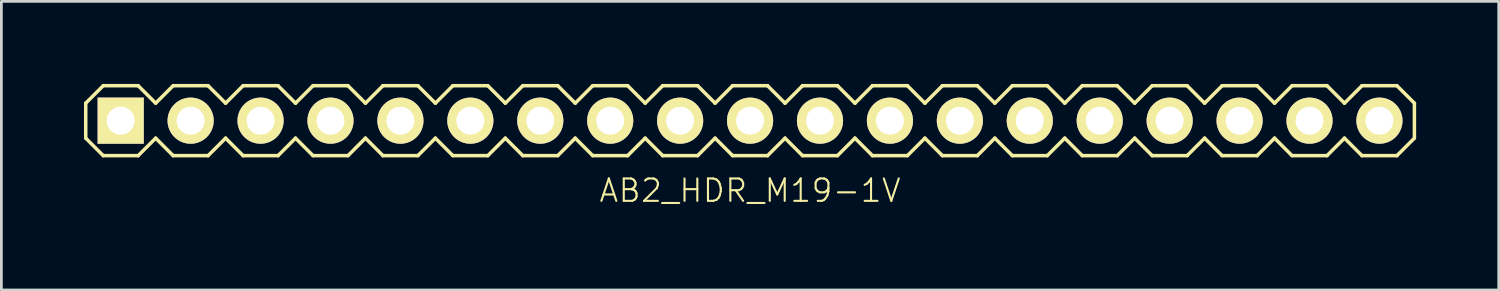
<source format=kicad_pcb>
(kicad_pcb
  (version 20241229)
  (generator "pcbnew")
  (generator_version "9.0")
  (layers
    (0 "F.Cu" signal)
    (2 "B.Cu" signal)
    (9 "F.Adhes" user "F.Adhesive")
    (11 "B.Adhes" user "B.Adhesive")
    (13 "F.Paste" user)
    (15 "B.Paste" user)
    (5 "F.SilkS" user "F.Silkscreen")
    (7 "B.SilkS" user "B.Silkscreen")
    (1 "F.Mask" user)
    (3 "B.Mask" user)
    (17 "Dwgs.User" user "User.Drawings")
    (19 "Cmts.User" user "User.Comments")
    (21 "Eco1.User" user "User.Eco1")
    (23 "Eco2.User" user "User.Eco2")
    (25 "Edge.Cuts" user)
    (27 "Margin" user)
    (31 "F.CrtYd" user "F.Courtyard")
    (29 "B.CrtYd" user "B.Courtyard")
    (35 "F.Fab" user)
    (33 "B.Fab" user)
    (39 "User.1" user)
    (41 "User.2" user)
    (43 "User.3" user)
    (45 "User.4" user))
  (footprint "AB2_HDR_M19-1V"
    (layer "F.Cu")
    (at 24.194 1.333)
    (property "Reference" "AB2_HDR_M19-1V" (at 0 2.54 0) (layer "F.SilkS") (effects (font (size 0.813 0.813) (thickness 0.076))))
    (attr through_hole)
    (fp_line (start -24.13 -0.635) (end -23.495 -1.27) (stroke (width 0.127) (type solid)) (layer "F.SilkS"))
    (fp_line (start -24.13 0.635) (end -24.13 -0.635) (stroke (width 0.127) (type solid)) (layer "F.SilkS"))
    (fp_line (start -23.495 -1.27) (end -22.225 -1.27) (stroke (width 0.127) (type solid)) (layer "F.SilkS"))
    (fp_line (start -23.495 1.27) (end -24.13 0.635) (stroke (width 0.127) (type solid)) (layer "F.SilkS"))
    (fp_line (start -22.225 -1.27) (end -21.59 -0.635) (stroke (width 0.127) (type solid)) (layer "F.SilkS"))
    (fp_line (start -22.225 1.27) (end -23.495 1.27) (stroke (width 0.127) (type solid)) (layer "F.SilkS"))
    (fp_line (start -21.59 -0.635) (end -20.955 -1.27) (stroke (width 0.127) (type solid)) (layer "F.SilkS"))
    (fp_line (start -21.59 0.635) (end -22.225 1.27) (stroke (width 0.127) (type solid)) (layer "F.SilkS"))
    (fp_line (start -20.955 -1.27) (end -19.685 -1.27) (stroke (width 0.127) (type solid)) (layer "F.SilkS"))
    (fp_line (start -20.955 1.27) (end -21.59 0.635) (stroke (width 0.127) (type solid)) (layer "F.SilkS"))
    (fp_line (start -19.685 -1.27) (end -19.05 -0.635) (stroke (width 0.127) (type solid)) (layer "F.SilkS"))
    (fp_line (start -19.685 1.27) (end -20.955 1.27) (stroke (width 0.127) (type solid)) (layer "F.SilkS"))
    (fp_line (start -19.05 -0.635) (end -18.415 -1.27) (stroke (width 0.127) (type solid)) (layer "F.SilkS"))
    (fp_line (start -19.05 0.635) (end -19.685 1.27) (stroke (width 0.127) (type solid)) (layer "F.SilkS"))
    (fp_line (start -18.415 -1.27) (end -17.145 -1.27) (stroke (width 0.127) (type solid)) (layer "F.SilkS"))
    (fp_line (start -18.415 1.27) (end -19.05 0.635) (stroke (width 0.127) (type solid)) (layer "F.SilkS"))
    (fp_line (start -17.145 -1.27) (end -16.51 -0.635) (stroke (width 0.127) (type solid)) (layer "F.SilkS"))
    (fp_line (start -17.145 1.27) (end -18.415 1.27) (stroke (width 0.127) (type solid)) (layer "F.SilkS"))
    (fp_line (start -16.51 -0.635) (end -15.875 -1.27) (stroke (width 0.127) (type solid)) (layer "F.SilkS"))
    (fp_line (start -16.51 0.635) (end -17.145 1.27) (stroke (width 0.127) (type solid)) (layer "F.SilkS"))
    (fp_line (start -15.875 -1.27) (end -14.605 -1.27) (stroke (width 0.127) (type solid)) (layer "F.SilkS"))
    (fp_line (start -15.875 1.27) (end -16.51 0.635) (stroke (width 0.127) (type solid)) (layer "F.SilkS"))
    (fp_line (start -14.605 -1.27) (end -13.97 -0.635) (stroke (width 0.127) (type solid)) (layer "F.SilkS"))
    (fp_line (start -14.605 1.27) (end -15.875 1.27) (stroke (width 0.127) (type solid)) (layer "F.SilkS"))
    (fp_line (start -13.97 -0.635) (end -13.335 -1.27) (stroke (width 0.127) (type solid)) (layer "F.SilkS"))
    (fp_line (start -13.97 0.635) (end -14.605 1.27) (stroke (width 0.127) (type solid)) (layer "F.SilkS"))
    (fp_line (start -13.335 -1.27) (end -12.065 -1.27) (stroke (width 0.127) (type solid)) (layer "F.SilkS"))
    (fp_line (start -13.335 1.27) (end -13.97 0.635) (stroke (width 0.127) (type solid)) (layer "F.SilkS"))
    (fp_line (start -12.065 -1.27) (end -11.43 -0.635) (stroke (width 0.127) (type solid)) (layer "F.SilkS"))
    (fp_line (start -12.065 1.27) (end -13.335 1.27) (stroke (width 0.127) (type solid)) (layer "F.SilkS"))
    (fp_line (start -11.43 -0.635) (end -10.795 -1.27) (stroke (width 0.127) (type solid)) (layer "F.SilkS"))
    (fp_line (start -11.43 0.635) (end -12.065 1.27) (stroke (width 0.127) (type solid)) (layer "F.SilkS"))
    (fp_line (start -10.795 -1.27) (end -9.525 -1.27) (stroke (width 0.127) (type solid)) (layer "F.SilkS"))
    (fp_line (start -10.795 1.27) (end -11.43 0.635) (stroke (width 0.127) (type solid)) (layer "F.SilkS"))
    (fp_line (start -9.525 -1.27) (end -8.89 -0.635) (stroke (width 0.127) (type solid)) (layer "F.SilkS"))
    (fp_line (start -9.525 1.27) (end -10.795 1.27) (stroke (width 0.127) (type solid)) (layer "F.SilkS"))
    (fp_line (start -8.89 -0.635) (end -8.255 -1.27) (stroke (width 0.127) (type solid)) (layer "F.SilkS"))
    (fp_line (start -8.89 0.635) (end -9.525 1.27) (stroke (width 0.127) (type solid)) (layer "F.SilkS"))
    (fp_line (start -8.255 -1.27) (end -6.985 -1.27) (stroke (width 0.127) (type solid)) (layer "F.SilkS"))
    (fp_line (start -8.255 1.27) (end -8.89 0.635) (stroke (width 0.127) (type solid)) (layer "F.SilkS"))
    (fp_line (start -6.985 -1.27) (end -6.35 -0.635) (stroke (width 0.127) (type solid)) (layer "F.SilkS"))
    (fp_line (start -6.985 1.27) (end -8.255 1.27) (stroke (width 0.127) (type solid)) (layer "F.SilkS"))
    (fp_line (start -6.35 -0.635) (end -5.715 -1.27) (stroke (width 0.127) (type solid)) (layer "F.SilkS"))
    (fp_line (start -6.35 0.635) (end -6.985 1.27) (stroke (width 0.127) (type solid)) (layer "F.SilkS"))
    (fp_line (start -5.715 -1.27) (end -4.445 -1.27) (stroke (width 0.127) (type solid)) (layer "F.SilkS"))
    (fp_line (start -5.715 1.27) (end -6.35 0.635) (stroke (width 0.127) (type solid)) (layer "F.SilkS"))
    (fp_line (start -4.445 -1.27) (end -3.81 -0.635) (stroke (width 0.127) (type solid)) (layer "F.SilkS"))
    (fp_line (start -4.445 1.27) (end -5.715 1.27) (stroke (width 0.127) (type solid)) (layer "F.SilkS"))
    (fp_line (start -3.81 -0.635) (end -3.175 -1.27) (stroke (width 0.127) (type solid)) (layer "F.SilkS"))
    (fp_line (start -3.81 0.635) (end -4.445 1.27) (stroke (width 0.127) (type solid)) (layer "F.SilkS"))
    (fp_line (start -3.175 -1.27) (end -1.905 -1.27) (stroke (width 0.127) (type solid)) (layer "F.SilkS"))
    (fp_line (start -3.175 1.27) (end -3.81 0.635) (stroke (width 0.127) (type solid)) (layer "F.SilkS"))
    (fp_line (start -1.905 -1.27) (end -1.27 -0.635) (stroke (width 0.127) (type solid)) (layer "F.SilkS"))
    (fp_line (start -1.905 1.27) (end -3.175 1.27) (stroke (width 0.127) (type solid)) (layer "F.SilkS"))
    (fp_line (start -1.27 -0.635) (end -0.635 -1.27) (stroke (width 0.127) (type solid)) (layer "F.SilkS"))
    (fp_line (start -1.27 0.635) (end -1.905 1.27) (stroke (width 0.127) (type solid)) (layer "F.SilkS"))
    (fp_line (start -0.635 -1.27) (end 0.635 -1.27) (stroke (width 0.127) (type solid)) (layer "F.SilkS"))
    (fp_line (start -0.635 1.27) (end -1.27 0.635) (stroke (width 0.127) (type solid)) (layer "F.SilkS"))
    (fp_line (start 0.635 -1.27) (end 1.27 -0.635) (stroke (width 0.127) (type solid)) (layer "F.SilkS"))
    (fp_line (start 0.635 1.27) (end -0.635 1.27) (stroke (width 0.127) (type solid)) (layer "F.SilkS"))
    (fp_line (start 1.27 -0.635) (end 1.905 -1.27) (stroke (width 0.127) (type solid)) (layer "F.SilkS"))
    (fp_line (start 1.27 0.635) (end 0.635 1.27) (stroke (width 0.127) (type solid)) (layer "F.SilkS"))
    (fp_line (start 1.905 -1.27) (end 3.175 -1.27) (stroke (width 0.127) (type solid)) (layer "F.SilkS"))
    (fp_line (start 1.905 1.27) (end 1.27 0.635) (stroke (width 0.127) (type solid)) (layer "F.SilkS"))
    (fp_line (start 3.175 -1.27) (end 3.81 -0.635) (stroke (width 0.127) (type solid)) (layer "F.SilkS"))
    (fp_line (start 3.175 1.27) (end 1.905 1.27) (stroke (width 0.127) (type solid)) (layer "F.SilkS"))
    (fp_line (start 3.81 -0.635) (end 4.445 -1.27) (stroke (width 0.127) (type solid)) (layer "F.SilkS"))
    (fp_line (start 3.81 0.635) (end 3.175 1.27) (stroke (width 0.127) (type solid)) (layer "F.SilkS"))
    (fp_line (start 4.445 -1.27) (end 5.715 -1.27) (stroke (width 0.127) (type solid)) (layer "F.SilkS"))
    (fp_line (start 4.445 1.27) (end 3.81 0.635) (stroke (width 0.127) (type solid)) (layer "F.SilkS"))
    (fp_line (start 5.715 -1.27) (end 6.35 -0.635) (stroke (width 0.127) (type solid)) (layer "F.SilkS"))
    (fp_line (start 5.715 1.27) (end 4.445 1.27) (stroke (width 0.127) (type solid)) (layer "F.SilkS"))
    (fp_line (start 6.35 -0.635) (end 6.985 -1.27) (stroke (width 0.127) (type solid)) (layer "F.SilkS"))
    (fp_line (start 6.35 0.635) (end 5.715 1.27) (stroke (width 0.127) (type solid)) (layer "F.SilkS"))
    (fp_line (start 6.985 -1.27) (end 8.255 -1.27) (stroke (width 0.127) (type solid)) (layer "F.SilkS"))
    (fp_line (start 6.985 1.27) (end 6.35 0.635) (stroke (width 0.127) (type solid)) (layer "F.SilkS"))
    (fp_line (start 8.255 -1.27) (end 8.89 -0.635) (stroke (width 0.127) (type solid)) (layer "F.SilkS"))
    (fp_line (start 8.255 1.27) (end 6.985 1.27) (stroke (width 0.127) (type solid)) (layer "F.SilkS"))
    (fp_line (start 8.89 -0.635) (end 9.525 -1.27) (stroke (width 0.127) (type solid)) (layer "F.SilkS"))
    (fp_line (start 8.89 0.635) (end 8.255 1.27) (stroke (width 0.127) (type solid)) (layer "F.SilkS"))
    (fp_line (start 9.525 -1.27) (end 10.795 -1.27) (stroke (width 0.127) (type solid)) (layer "F.SilkS"))
    (fp_line (start 9.525 1.27) (end 8.89 0.635) (stroke (width 0.127) (type solid)) (layer "F.SilkS"))
    (fp_line (start 10.795 -1.27) (end 11.43 -0.635) (stroke (width 0.127) (type solid)) (layer "F.SilkS"))
    (fp_line (start 10.795 1.27) (end 9.525 1.27) (stroke (width 0.127) (type solid)) (layer "F.SilkS"))
    (fp_line (start 11.43 -0.635) (end 12.065 -1.27) (stroke (width 0.127) (type solid)) (layer "F.SilkS"))
    (fp_line (start 11.43 0.635) (end 10.795 1.27) (stroke (width 0.127) (type solid)) (layer "F.SilkS"))
    (fp_line (start 12.065 -1.27) (end 13.335 -1.27) (stroke (width 0.127) (type solid)) (layer "F.SilkS"))
    (fp_line (start 12.065 1.27) (end 11.43 0.635) (stroke (width 0.127) (type solid)) (layer "F.SilkS"))
    (fp_line (start 13.335 -1.27) (end 13.97 -0.635) (stroke (width 0.127) (type solid)) (layer "F.SilkS"))
    (fp_line (start 13.335 1.27) (end 12.065 1.27) (stroke (width 0.127) (type solid)) (layer "F.SilkS"))
    (fp_line (start 13.97 -0.635) (end 14.605 -1.27) (stroke (width 0.127) (type solid)) (layer "F.SilkS"))
    (fp_line (start 13.97 0.635) (end 13.335 1.27) (stroke (width 0.127) (type solid)) (layer "F.SilkS"))
    (fp_line (start 14.605 -1.27) (end 15.875 -1.27) (stroke (width 0.127) (type solid)) (layer "F.SilkS"))
    (fp_line (start 14.605 1.27) (end 13.97 0.635) (stroke (width 0.127) (type solid)) (layer "F.SilkS"))
    (fp_line (start 15.875 -1.27) (end 16.51 -0.635) (stroke (width 0.127) (type solid)) (layer "F.SilkS"))
    (fp_line (start 15.875 1.27) (end 14.605 1.27) (stroke (width 0.127) (type solid)) (layer "F.SilkS"))
    (fp_line (start 16.51 -0.635) (end 17.145 -1.27) (stroke (width 0.127) (type solid)) (layer "F.SilkS"))
    (fp_line (start 16.51 0.635) (end 15.875 1.27) (stroke (width 0.127) (type solid)) (layer "F.SilkS"))
    (fp_line (start 17.145 -1.27) (end 18.415 -1.27) (stroke (width 0.127) (type solid)) (layer "F.SilkS"))
    (fp_line (start 17.145 1.27) (end 16.51 0.635) (stroke (width 0.127) (type solid)) (layer "F.SilkS"))
    (fp_line (start 18.415 -1.27) (end 19.05 -0.635) (stroke (width 0.127) (type solid)) (layer "F.SilkS"))
    (fp_line (start 18.415 1.27) (end 17.145 1.27) (stroke (width 0.127) (type solid)) (layer "F.SilkS"))
    (fp_line (start 19.05 -0.635) (end 19.685 -1.27) (stroke (width 0.127) (type solid)) (layer "F.SilkS"))
    (fp_line (start 19.05 0.635) (end 18.415 1.27) (stroke (width 0.127) (type solid)) (layer "F.SilkS"))
    (fp_line (start 19.685 -1.27) (end 20.955 -1.27) (stroke (width 0.127) (type solid)) (layer "F.SilkS"))
    (fp_line (start 19.685 1.27) (end 19.05 0.635) (stroke (width 0.127) (type solid)) (layer "F.SilkS"))
    (fp_line (start 20.955 -1.27) (end 21.59 -0.635) (stroke (width 0.127) (type solid)) (layer "F.SilkS"))
    (fp_line (start 20.955 1.27) (end 19.685 1.27) (stroke (width 0.127) (type solid)) (layer "F.SilkS"))
    (fp_line (start 21.59 -0.635) (end 22.225 -1.27) (stroke (width 0.127) (type solid)) (layer "F.SilkS"))
    (fp_line (start 21.59 0.635) (end 20.955 1.27) (stroke (width 0.127) (type solid)) (layer "F.SilkS"))
    (fp_line (start 22.225 -1.27) (end 23.495 -1.27) (stroke (width 0.127) (type solid)) (layer "F.SilkS"))
    (fp_line (start 22.225 1.27) (end 21.59 0.635) (stroke (width 0.127) (type solid)) (layer "F.SilkS"))
    (fp_line (start 23.495 -1.27) (end 24.13 -0.635) (stroke (width 0.127) (type solid)) (layer "F.SilkS"))
    (fp_line (start 23.495 1.27) (end 22.225 1.27) (stroke (width 0.127) (type solid)) (layer "F.SilkS"))
    (fp_line (start 24.13 -0.635) (end 24.13 0.635) (stroke (width 0.127) (type solid)) (layer "F.SilkS"))
    (fp_line (start 24.13 0.635) (end 23.495 1.27) (stroke (width 0.127) (type solid)) (layer "F.SilkS"))
    (pad "1" thru_hole rect (at -22.86 0) (size 1.676 1.676) (drill 1.016) (layers "*.Cu" "*.Mask" "F.SilkS"))
    (pad "2" thru_hole circle (at -20.32 0) (size 1.676 1.676) (drill 1.016) (layers "*.Cu" "*.Mask" "F.SilkS"))
    (pad "3" thru_hole circle (at -17.78 0) (size 1.676 1.676) (drill 1.016) (layers "*.Cu" "*.Mask" "F.SilkS"))
    (pad "4" thru_hole circle (at -15.24 0) (size 1.676 1.676) (drill 1.016) (layers "*.Cu" "*.Mask" "F.SilkS"))
    (pad "5" thru_hole circle (at -12.7 0) (size 1.676 1.676) (drill 1.016) (layers "*.Cu" "*.Mask" "F.SilkS"))
    (pad "6" thru_hole circle (at -10.16 0) (size 1.676 1.676) (drill 1.016) (layers "*.Cu" "*.Mask" "F.SilkS"))
    (pad "7" thru_hole circle (at -7.62 0) (size 1.676 1.676) (drill 1.016) (layers "*.Cu" "*.Mask" "F.SilkS"))
    (pad "8" thru_hole circle (at -5.08 0) (size 1.676 1.676) (drill 1.016) (layers "*.Cu" "*.Mask" "F.SilkS"))
    (pad "9" thru_hole circle (at -2.54 0) (size 1.676 1.676) (drill 1.016) (layers "*.Cu" "*.Mask" "F.SilkS"))
    (pad "10" thru_hole circle (at 0 0) (size 1.676 1.676) (drill 1.016) (layers "*.Cu" "*.Mask" "F.SilkS"))
    (pad "11" thru_hole circle (at 2.54 0) (size 1.676 1.676) (drill 1.016) (layers "*.Cu" "*.Mask" "F.SilkS"))
    (pad "12" thru_hole circle (at 5.08 0) (size 1.676 1.676) (drill 1.016) (layers "*.Cu" "*.Mask" "F.SilkS"))
    (pad "13" thru_hole circle (at 7.62 0) (size 1.676 1.676) (drill 1.016) (layers "*.Cu" "*.Mask" "F.SilkS"))
    (pad "14" thru_hole circle (at 10.16 0) (size 1.676 1.676) (drill 1.016) (layers "*.Cu" "*.Mask" "F.SilkS"))
    (pad "15" thru_hole circle (at 12.7 0) (size 1.676 1.676) (drill 1.016) (layers "*.Cu" "*.Mask" "F.SilkS"))
    (pad "16" thru_hole circle (at 15.24 0) (size 1.676 1.676) (drill 1.016) (layers "*.Cu" "*.Mask" "F.SilkS"))
    (pad "17" thru_hole circle (at 17.78 0) (size 1.676 1.676) (drill 1.016) (layers "*.Cu" "*.Mask" "F.SilkS"))
    (pad "18" thru_hole circle (at 20.32 0) (size 1.676 1.676) (drill 1.016) (layers "*.Cu" "*.Mask" "F.SilkS"))
    (pad "19" thru_hole circle (at 22.86 0) (size 1.676 1.676) (drill 1.016) (layers "*.Cu" "*.Mask" "F.SilkS")))
  (gr_rect
    (start -3 -3)
    (end 51.387 7.483)
    (stroke (width 0.1) (type default))
    (fill no)
    (layer "Edge.Cuts")))
</source>
